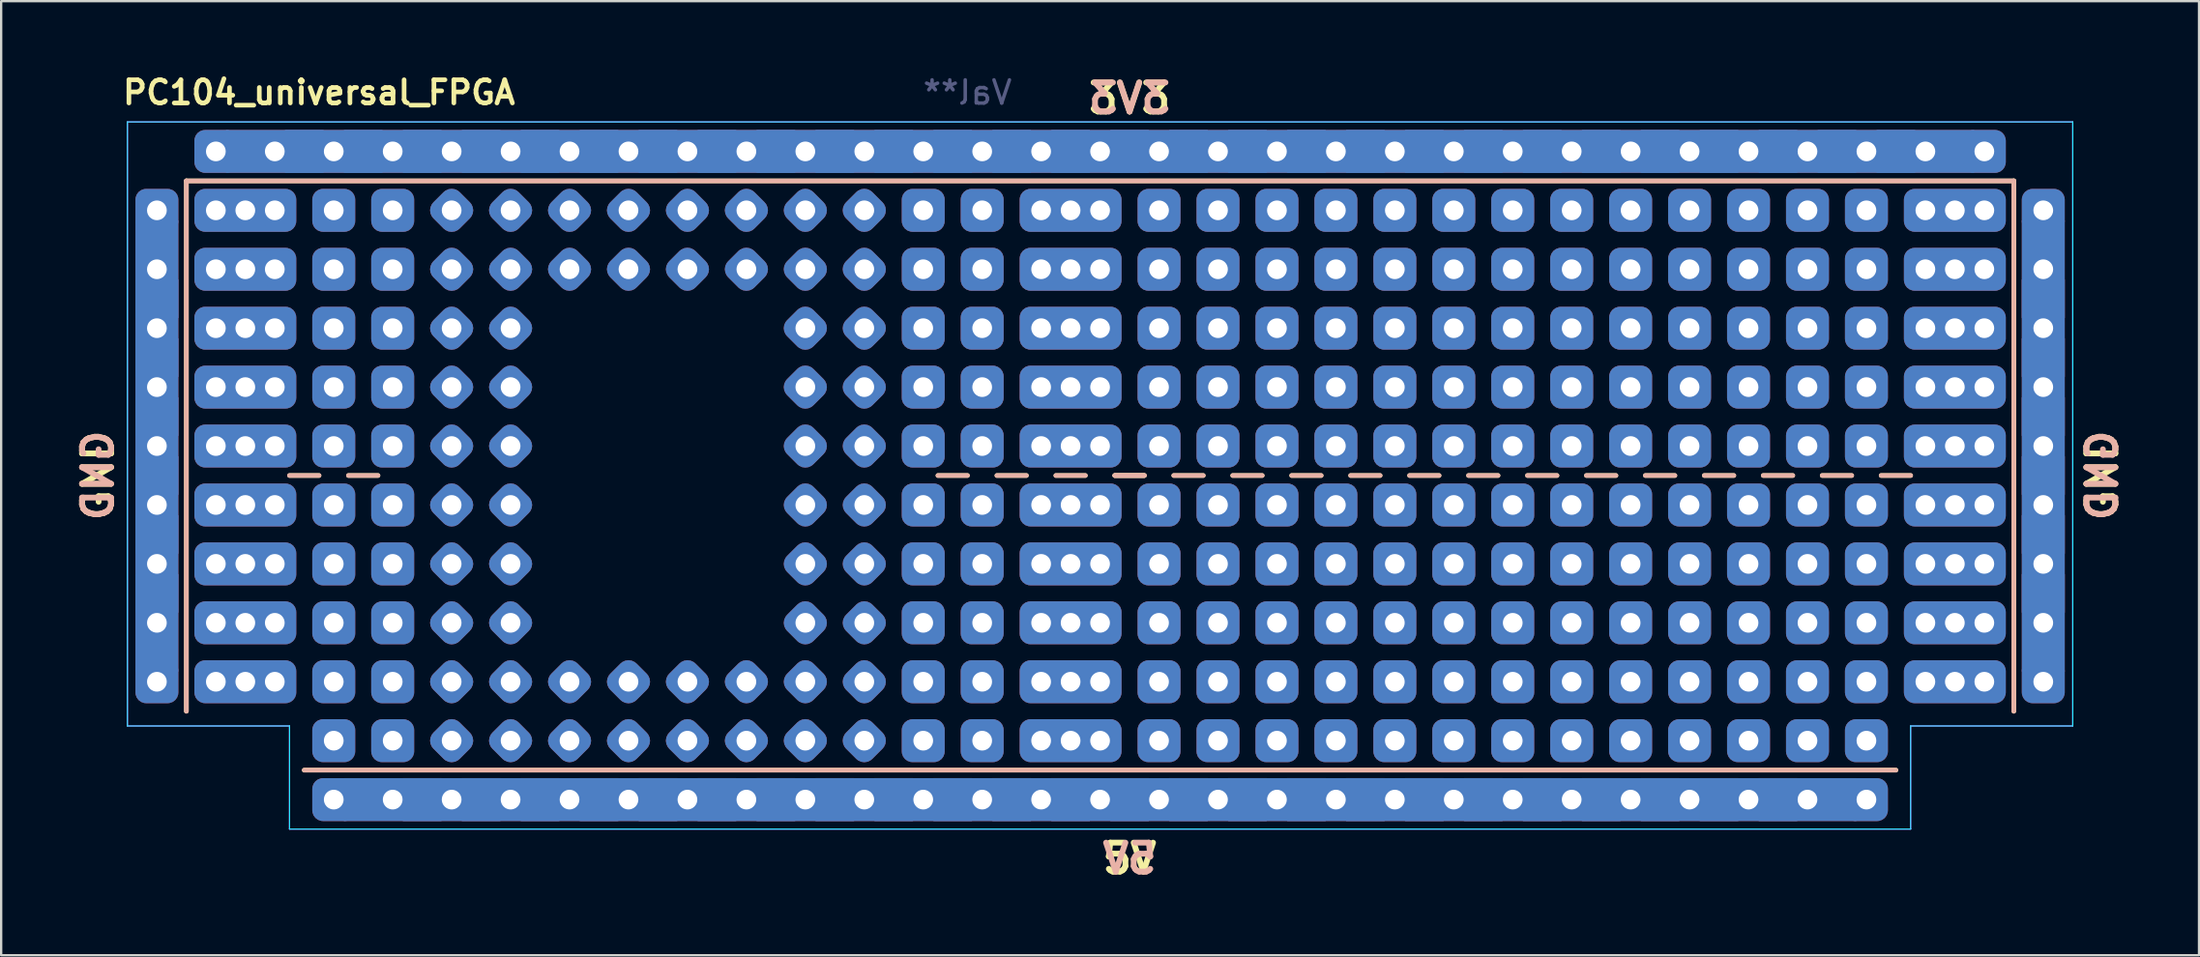
<source format=kicad_pcb>
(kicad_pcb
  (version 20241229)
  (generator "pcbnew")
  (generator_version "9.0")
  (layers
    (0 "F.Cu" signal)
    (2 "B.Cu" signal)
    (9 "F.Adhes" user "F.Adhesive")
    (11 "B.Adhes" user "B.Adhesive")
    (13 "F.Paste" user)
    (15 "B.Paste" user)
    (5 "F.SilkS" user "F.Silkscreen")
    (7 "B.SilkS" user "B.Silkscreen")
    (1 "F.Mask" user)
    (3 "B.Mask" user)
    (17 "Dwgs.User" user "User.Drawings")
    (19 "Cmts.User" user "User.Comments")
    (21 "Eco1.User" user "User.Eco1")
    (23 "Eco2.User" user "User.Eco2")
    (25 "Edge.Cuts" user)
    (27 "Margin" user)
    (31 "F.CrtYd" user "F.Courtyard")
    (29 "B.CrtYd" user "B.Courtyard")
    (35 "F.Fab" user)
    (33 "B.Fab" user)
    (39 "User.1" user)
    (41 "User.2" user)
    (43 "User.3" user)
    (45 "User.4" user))
  (footprint "PC104_universal_FPGA"
    (layer "F.Cu")
    (at 3.71 3.476)
    (property "Reference" "PC104_universal_FPGA" (at 6.985 -2.54 0) (layer "F.SilkS") (effects (font (size 1 1) (thickness 0.2))))
    (attr through_hole)
    (fp_line (start 1.27 1.27) (end 80.01 1.27) (stroke (width 0.2) (type solid)) (layer "F.SilkS"))
    (fp_line (start 1.27 24.13) (end 1.27 1.27) (stroke (width 0.2) (type solid)) (layer "F.SilkS"))
    (fp_line (start 5.715 13.97) (end 6.985 13.97) (stroke (width 0.2) (type solid)) (layer "F.SilkS"))
    (fp_line (start 8.255 13.97) (end 9.525 13.97) (stroke (width 0.2) (type solid)) (layer "F.SilkS"))
    (fp_line (start 33.655 13.97) (end 34.925 13.97) (stroke (width 0.2) (type solid)) (layer "F.SilkS"))
    (fp_line (start 36.195 13.97) (end 37.465 13.97) (stroke (width 0.2) (type solid)) (layer "F.SilkS"))
    (fp_line (start 38.735 13.97) (end 40.005 13.97) (stroke (width 0.2) (type solid)) (layer "F.SilkS"))
    (fp_line (start 41.275 13.97) (end 42.545 13.97) (stroke (width 0.2) (type solid)) (layer "F.SilkS"))
    (fp_line (start 41.275 13.97) (end 42.545 13.97) (stroke (width 0.2) (type solid)) (layer "F.SilkS"))
    (fp_line (start 43.815 13.97) (end 45.085 13.97) (stroke (width 0.2) (type solid)) (layer "F.SilkS"))
    (fp_line (start 46.355 13.97) (end 47.625 13.97) (stroke (width 0.2) (type solid)) (layer "F.SilkS"))
    (fp_line (start 48.895 13.97) (end 50.165 13.97) (stroke (width 0.2) (type solid)) (layer "F.SilkS"))
    (fp_line (start 51.435 13.97) (end 52.705 13.97) (stroke (width 0.2) (type solid)) (layer "F.SilkS"))
    (fp_line (start 53.975 13.97) (end 55.245 13.97) (stroke (width 0.2) (type solid)) (layer "F.SilkS"))
    (fp_line (start 56.515 13.97) (end 57.785 13.97) (stroke (width 0.2) (type solid)) (layer "F.SilkS"))
    (fp_line (start 59.055 13.97) (end 60.325 13.97) (stroke (width 0.2) (type solid)) (layer "F.SilkS"))
    (fp_line (start 61.595 13.97) (end 62.865 13.97) (stroke (width 0.2) (type solid)) (layer "F.SilkS"))
    (fp_line (start 64.135 13.97) (end 65.405 13.97) (stroke (width 0.2) (type solid)) (layer "F.SilkS"))
    (fp_line (start 66.675 13.97) (end 67.945 13.97) (stroke (width 0.2) (type solid)) (layer "F.SilkS"))
    (fp_line (start 69.215 13.97) (end 70.485 13.97) (stroke (width 0.2) (type solid)) (layer "F.SilkS"))
    (fp_line (start 71.755 13.97) (end 73.025 13.97) (stroke (width 0.2) (type solid)) (layer "F.SilkS"))
    (fp_line (start 74.295 13.97) (end 75.565 13.97) (stroke (width 0.2) (type solid)) (layer "F.SilkS"))
    (fp_line (start 74.93 26.67) (end 6.35 26.67) (stroke (width 0.2) (type solid)) (layer "F.SilkS"))
    (fp_line (start 80.01 1.27) (end 80.01 24.13) (stroke (width 0.2) (type solid)) (layer "F.SilkS"))
    (fp_line (start 1.27 1.27) (end 80.01 1.27) (stroke (width 0.2) (type solid)) (layer "B.SilkS"))
    (fp_line (start 1.27 24.13) (end 1.27 1.27) (stroke (width 0.2) (type solid)) (layer "B.SilkS"))
    (fp_line (start 5.715 13.97) (end 6.985 13.97) (stroke (width 0.2) (type solid)) (layer "B.SilkS"))
    (fp_line (start 8.255 13.97) (end 9.525 13.97) (stroke (width 0.2) (type solid)) (layer "B.SilkS"))
    (fp_line (start 33.655 13.97) (end 34.925 13.97) (stroke (width 0.2) (type solid)) (layer "B.SilkS"))
    (fp_line (start 36.195 13.97) (end 37.465 13.97) (stroke (width 0.2) (type solid)) (layer "B.SilkS"))
    (fp_line (start 38.735 13.97) (end 40.005 13.97) (stroke (width 0.2) (type solid)) (layer "B.SilkS"))
    (fp_line (start 41.275 13.97) (end 42.545 13.97) (stroke (width 0.2) (type solid)) (layer "B.SilkS"))
    (fp_line (start 41.275 13.97) (end 42.545 13.97) (stroke (width 0.2) (type solid)) (layer "B.SilkS"))
    (fp_line (start 43.815 13.97) (end 45.085 13.97) (stroke (width 0.2) (type solid)) (layer "B.SilkS"))
    (fp_line (start 46.355 13.97) (end 47.625 13.97) (stroke (width 0.2) (type solid)) (layer "B.SilkS"))
    (fp_line (start 48.895 13.97) (end 50.165 13.97) (stroke (width 0.2) (type solid)) (layer "B.SilkS"))
    (fp_line (start 51.435 13.97) (end 52.705 13.97) (stroke (width 0.2) (type solid)) (layer "B.SilkS"))
    (fp_line (start 53.975 13.97) (end 55.245 13.97) (stroke (width 0.2) (type solid)) (layer "B.SilkS"))
    (fp_line (start 56.515 13.97) (end 57.785 13.97) (stroke (width 0.2) (type solid)) (layer "B.SilkS"))
    (fp_line (start 59.055 13.97) (end 60.325 13.97) (stroke (width 0.2) (type solid)) (layer "B.SilkS"))
    (fp_line (start 61.595 13.97) (end 62.865 13.97) (stroke (width 0.2) (type solid)) (layer "B.SilkS"))
    (fp_line (start 64.135 13.97) (end 65.405 13.97) (stroke (width 0.2) (type solid)) (layer "B.SilkS"))
    (fp_line (start 66.675 13.97) (end 67.945 13.97) (stroke (width 0.2) (type solid)) (layer "B.SilkS"))
    (fp_line (start 69.215 13.97) (end 70.485 13.97) (stroke (width 0.2) (type solid)) (layer "B.SilkS"))
    (fp_line (start 71.755 13.97) (end 73.025 13.97) (stroke (width 0.2) (type solid)) (layer "B.SilkS"))
    (fp_line (start 74.295 13.97) (end 75.565 13.97) (stroke (width 0.2) (type solid)) (layer "B.SilkS"))
    (fp_line (start 74.93 26.67) (end 6.35 26.67) (stroke (width 0.2) (type solid)) (layer "B.SilkS"))
    (fp_line (start 80.01 1.27) (end 80.01 24.13) (stroke (width 0.2) (type solid)) (layer "B.SilkS"))
    (fp_line (start -1.27 -1.27) (end 82.55 -1.27) (stroke (width 0.05) (type solid)) (layer "B.CrtYd"))
    (fp_line (start -1.27 24.765) (end -1.27 -1.27) (stroke (width 0.05) (type solid)) (layer "B.CrtYd"))
    (fp_line (start 5.715 24.765) (end -1.27 24.765) (stroke (width 0.05) (type solid)) (layer "B.CrtYd"))
    (fp_line (start 5.715 29.21) (end 5.715 24.765) (stroke (width 0.05) (type solid)) (layer "B.CrtYd"))
    (fp_line (start 75.565 24.765) (end 75.565 29.21) (stroke (width 0.05) (type solid)) (layer "B.CrtYd"))
    (fp_line (start 75.565 29.21) (end 5.715 29.21) (stroke (width 0.05) (type solid)) (layer "B.CrtYd"))
    (fp_line (start 82.55 24.765) (end 75.565 24.765) (stroke (width 0.05) (type solid)) (layer "B.CrtYd"))
    (fp_line (start 82.55 24.765) (end 82.55 -1.27) (stroke (width 0.05) (type solid)) (layer "B.CrtYd"))
    (fp_line (start -1.27 -1.27) (end 82.55 -1.27) (stroke (width 0.05) (type solid)) (layer "F.CrtYd"))
    (fp_line (start -1.27 24.765) (end -1.27 -1.27) (stroke (width 0.05) (type solid)) (layer "F.CrtYd"))
    (fp_line (start 5.715 24.765) (end -1.27 24.765) (stroke (width 0.05) (type solid)) (layer "F.CrtYd"))
    (fp_line (start 5.715 29.21) (end 5.715 24.765) (stroke (width 0.05) (type solid)) (layer "F.CrtYd"))
    (fp_line (start 75.565 24.765) (end 75.565 29.21) (stroke (width 0.05) (type solid)) (layer "F.CrtYd"))
    (fp_line (start 75.565 29.21) (end 5.715 29.21) (stroke (width 0.05) (type solid)) (layer "F.CrtYd"))
    (fp_line (start 82.55 24.765) (end 75.565 24.765) (stroke (width 0.05) (type solid)) (layer "F.CrtYd"))
    (fp_line (start 82.55 24.765) (end 82.55 -1.27) (stroke (width 0.05) (type solid)) (layer "F.CrtYd"))
    (fp_text user "3V3" (at 41.91 -2.286 180) (layer "F.SilkS") (effects (font (size 1.25 1.25) (thickness 0.25))))
    (fp_text user "GND" (at 83.82 13.97 270) (layer "F.SilkS") (effects (font (size 1.25 1.25) (thickness 0.25))))
    (fp_text user "GND" (at -2.54 13.97 90) (layer "F.SilkS") (effects (font (size 1.25 1.25) (thickness 0.25))))
    (fp_text user "5V" (at 41.91 30.48 180) (layer "F.SilkS") (effects (font (size 1.25 1.25) (thickness 0.25))))
    (fp_text user "3V3" (at 41.91 -2.286 180) (layer "B.SilkS") (effects (font (size 1.25 1.25) (thickness 0.25)) (justify mirror)))
    (fp_text user "5V" (at 41.91 30.48 180) (layer "B.SilkS") (effects (font (size 1.25 1.25) (thickness 0.25)) (justify mirror)))
    (fp_text user "GND" (at -2.54 13.97 270) (layer "B.SilkS") (effects (font (size 1.25 1.25) (thickness 0.25)) (justify mirror)))
    (fp_text user "GND" (at 83.82 13.97 90) (layer "B.SilkS") (effects (font (size 1.25 1.25) (thickness 0.25)) (justify mirror)))
    (fp_text user "Val**" (at 34.925 -2.54 0) (layer "B.Fab") (effects (font (size 1 1) (thickness 0.15)) (justify mirror)))
    (pad "1" thru_hole roundrect (at 0 2.54 270) (size 1.85 1.85) (drill 0.85) (layers "*.Cu" "*.Mask") (roundrect_rratio 0.25))
    (pad "1" thru_hole rect (at 0 5.08 90) (size 4.2 1.85) (drill 0.85) (layers "*.Cu" "*.Mask"))
    (pad "1" thru_hole rect (at 0 7.62 90) (size 4.2 1.85) (drill 0.85) (layers "*.Cu" "*.Mask"))
    (pad "1" thru_hole rect (at 0 10.16 90) (size 4.2 1.85) (drill 0.85) (layers "*.Cu" "*.Mask"))
    (pad "1" thru_hole rect (at 0 12.7 90) (size 4.2 1.85) (drill 0.85) (layers "*.Cu" "*.Mask"))
    (pad "1" thru_hole rect (at 0 15.24 90) (size 4.2 1.85) (drill 0.85) (layers "*.Cu" "*.Mask"))
    (pad "1" thru_hole rect (at 0 17.78 90) (size 4.2 1.85) (drill 0.85) (layers "*.Cu" "*.Mask"))
    (pad "1" thru_hole rect (at 0 20.32 90) (size 4.2 1.85) (drill 0.85) (layers "*.Cu" "*.Mask"))
    (pad "1" thru_hole roundrect (at 0 22.86 270) (size 1.85 1.85) (drill 0.85) (layers "*.Cu" "*.Mask") (roundrect_rratio 0.25))
    (pad "1" thru_hole roundrect (at 81.28 2.54 270) (size 1.85 1.85) (drill 0.85) (layers "*.Cu" "*.Mask") (roundrect_rratio 0.25))
    (pad "1" thru_hole rect (at 81.28 5.08 90) (size 4.2 1.85) (drill 0.85) (layers "*.Cu" "*.Mask"))
    (pad "1" thru_hole rect (at 81.28 7.62 90) (size 4.2 1.85) (drill 0.85) (layers "*.Cu" "*.Mask"))
    (pad "1" thru_hole rect (at 81.28 10.16 90) (size 4.2 1.85) (drill 0.85) (layers "*.Cu" "*.Mask"))
    (pad "1" thru_hole rect (at 81.28 12.7 90) (size 4.2 1.85) (drill 0.85) (layers "*.Cu" "*.Mask"))
    (pad "1" thru_hole rect (at 81.28 15.24 90) (size 4.2 1.85) (drill 0.85) (layers "*.Cu" "*.Mask"))
    (pad "1" thru_hole rect (at 81.28 17.78 90) (size 4.2 1.85) (drill 0.85) (layers "*.Cu" "*.Mask"))
    (pad "1" thru_hole rect (at 81.28 20.32 90) (size 4.2 1.85) (drill 0.85) (layers "*.Cu" "*.Mask"))
    (pad "1" thru_hole roundrect (at 81.28 22.86 270) (size 1.85 1.85) (drill 0.85) (layers "*.Cu" "*.Mask") (roundrect_rratio 0.25))
    (pad "2" thru_hole roundrect (at 2.54 0) (size 1.85 1.85) (drill 0.85) (layers "*.Cu" "*.Mask") (roundrect_rratio 0.25))
    (pad "2" thru_hole rect (at 5.08 0) (size 4.2 1.85) (drill 0.85) (layers "*.Cu" "*.Mask"))
    (pad "2" thru_hole rect (at 7.62 0) (size 4.2 1.85) (drill 0.85) (layers "*.Cu" "*.Mask"))
    (pad "2" thru_hole rect (at 10.16 0) (size 4.2 1.85) (drill 0.85) (layers "*.Cu" "*.Mask"))
    (pad "2" thru_hole rect (at 12.7 0) (size 4.2 1.85) (drill 0.85) (layers "*.Cu" "*.Mask"))
    (pad "2" thru_hole rect (at 15.24 0) (size 4.2 1.85) (drill 0.85) (layers "*.Cu" "*.Mask"))
    (pad "2" thru_hole rect (at 17.78 0) (size 4.2 1.85) (drill 0.85) (layers "*.Cu" "*.Mask"))
    (pad "2" thru_hole rect (at 20.32 0) (size 4.2 1.85) (drill 0.85) (layers "*.Cu" "*.Mask"))
    (pad "2" thru_hole rect (at 22.86 0) (size 4.2 1.85) (drill 0.85) (layers "*.Cu" "*.Mask"))
    (pad "2" thru_hole rect (at 25.4 0) (size 4.2 1.85) (drill 0.85) (layers "*.Cu" "*.Mask"))
    (pad "2" thru_hole rect (at 27.94 0) (size 4.2 1.85) (drill 0.85) (layers "*.Cu" "*.Mask"))
    (pad "2" thru_hole rect (at 30.48 0) (size 4.2 1.85) (drill 0.85) (layers "*.Cu" "*.Mask"))
    (pad "2" thru_hole rect (at 33.02 0) (size 4.2 1.85) (drill 0.85) (layers "*.Cu" "*.Mask"))
    (pad "2" thru_hole rect (at 35.56 0) (size 4.2 1.85) (drill 0.85) (layers "*.Cu" "*.Mask"))
    (pad "2" thru_hole rect (at 38.1 0) (size 4.2 1.85) (drill 0.85) (layers "*.Cu" "*.Mask"))
    (pad "2" thru_hole rect (at 40.64 0) (size 4.2 1.85) (drill 0.85) (layers "*.Cu" "*.Mask"))
    (pad "2" thru_hole rect (at 43.18 0) (size 4.2 1.85) (drill 0.85) (layers "*.Cu" "*.Mask"))
    (pad "2" thru_hole rect (at 45.72 0) (size 4.2 1.85) (drill 0.85) (layers "*.Cu" "*.Mask"))
    (pad "2" thru_hole rect (at 48.26 0 180) (size 4.2 1.85) (drill 0.85) (layers "*.Cu" "*.Mask"))
    (pad "2" thru_hole rect (at 50.8 0) (size 4.2 1.85) (drill 0.85) (layers "*.Cu" "*.Mask"))
    (pad "2" thru_hole rect (at 53.34 0) (size 4.2 1.85) (drill 0.85) (layers "*.Cu" "*.Mask"))
    (pad "2" thru_hole rect (at 55.88 0) (size 4.2 1.85) (drill 0.85) (layers "*.Cu" "*.Mask"))
    (pad "2" thru_hole rect (at 58.42 0) (size 4.2 1.85) (drill 0.85) (layers "*.Cu" "*.Mask"))
    (pad "2" thru_hole rect (at 60.96 0) (size 4.2 1.85) (drill 0.85) (layers "*.Cu" "*.Mask"))
    (pad "2" thru_hole rect (at 63.5 0) (size 4.2 1.85) (drill 0.85) (layers "*.Cu" "*.Mask"))
    (pad "2" thru_hole rect (at 66.04 0) (size 4.2 1.85) (drill 0.85) (layers "*.Cu" "*.Mask"))
    (pad "2" thru_hole rect (at 68.58 0) (size 4.2 1.85) (drill 0.85) (layers "*.Cu" "*.Mask"))
    (pad "2" thru_hole rect (at 71.12 0) (size 4.2 1.85) (drill 0.85) (layers "*.Cu" "*.Mask"))
    (pad "2" thru_hole rect (at 73.66 0) (size 4.2 1.85) (drill 0.85) (layers "*.Cu" "*.Mask"))
    (pad "2" thru_hole rect (at 76.2 0) (size 4.2 1.85) (drill 0.85) (layers "*.Cu" "*.Mask"))
    (pad "2" thru_hole roundrect (at 78.74 0) (size 1.85 1.85) (drill 0.85) (layers "*.Cu" "*.Mask") (roundrect_rratio 0.25))
    (pad "3" thru_hole roundrect (at 7.62 27.94 270) (size 1.85 1.85) (drill 0.85) (layers "*.Cu" "*.Mask") (roundrect_rratio 0.25))
    (pad "3" thru_hole rect (at 10.16 27.94) (size 4.2 1.85) (drill 0.85) (layers "*.Cu" "*.Mask"))
    (pad "3" thru_hole rect (at 12.7 27.94) (size 4.2 1.85) (drill 0.85) (layers "*.Cu" "*.Mask"))
    (pad "3" thru_hole rect (at 15.24 27.94) (size 4.2 1.85) (drill 0.85) (layers "*.Cu" "*.Mask"))
    (pad "3" thru_hole rect (at 17.78 27.94) (size 4.2 1.85) (drill 0.85) (layers "*.Cu" "*.Mask"))
    (pad "3" thru_hole rect (at 20.32 27.94) (size 4.2 1.85) (drill 0.85) (layers "*.Cu" "*.Mask"))
    (pad "3" thru_hole rect (at 22.86 27.94) (size 4.2 1.85) (drill 0.85) (layers "*.Cu" "*.Mask"))
    (pad "3" thru_hole rect (at 25.4 27.94) (size 4.2 1.85) (drill 0.85) (layers "*.Cu" "*.Mask"))
    (pad "3" thru_hole rect (at 27.94 27.94) (size 4.2 1.85) (drill 0.85) (layers "*.Cu" "*.Mask"))
    (pad "3" thru_hole rect (at 30.48 27.94) (size 4.2 1.85) (drill 0.85) (layers "*.Cu" "*.Mask"))
    (pad "3" thru_hole rect (at 33.02 27.94) (size 4.2 1.85) (drill 0.85) (layers "*.Cu" "*.Mask"))
    (pad "3" thru_hole rect (at 35.56 27.94) (size 4.2 1.85) (drill 0.85) (layers "*.Cu" "*.Mask"))
    (pad "3" thru_hole rect (at 38.1 27.94) (size 4.2 1.85) (drill 0.85) (layers "*.Cu" "*.Mask"))
    (pad "3" thru_hole rect (at 40.64 27.94) (size 4.2 1.85) (drill 0.85) (layers "*.Cu" "*.Mask"))
    (pad "3" thru_hole rect (at 43.18 27.94) (size 4.2 1.85) (drill 0.85) (layers "*.Cu" "*.Mask"))
    (pad "3" thru_hole rect (at 45.72 27.94) (size 4.2 1.85) (drill 0.85) (layers "*.Cu" "*.Mask"))
    (pad "3" thru_hole rect (at 48.26 27.94) (size 4.2 1.85) (drill 0.85) (layers "*.Cu" "*.Mask"))
    (pad "3" thru_hole rect (at 50.8 27.94) (size 4.2 1.85) (drill 0.85) (layers "*.Cu" "*.Mask"))
    (pad "3" thru_hole rect (at 53.34 27.94) (size 4.2 1.85) (drill 0.85) (layers "*.Cu" "*.Mask"))
    (pad "3" thru_hole rect (at 55.88 27.94) (size 4.2 1.85) (drill 0.85) (layers "*.Cu" "*.Mask"))
    (pad "3" thru_hole rect (at 58.42 27.94) (size 4.2 1.85) (drill 0.85) (layers "*.Cu" "*.Mask"))
    (pad "3" thru_hole rect (at 60.96 27.94) (size 4.2 1.85) (drill 0.85) (layers "*.Cu" "*.Mask"))
    (pad "3" thru_hole rect (at 63.5 27.94) (size 4.2 1.85) (drill 0.85) (layers "*.Cu" "*.Mask"))
    (pad "3" thru_hole rect (at 66.04 27.94) (size 4.2 1.85) (drill 0.85) (layers "*.Cu" "*.Mask"))
    (pad "3" thru_hole rect (at 68.58 27.94) (size 4.2 1.85) (drill 0.85) (layers "*.Cu" "*.Mask"))
    (pad "3" thru_hole rect (at 71.12 27.94) (size 4.2 1.85) (drill 0.85) (layers "*.Cu" "*.Mask"))
    (pad "3" thru_hole roundrect (at 73.66 27.94 270) (size 1.85 1.85) (drill 0.85) (layers "*.Cu" "*.Mask") (roundrect_rratio 0.25))
    (pad "NC" thru_hole circle (at 2.54 2.54) (size 1.5 1.5) (drill 0.85) (layers "*.Cu" "*.Mask"))
    (pad "NC" thru_hole circle (at 2.54 5.08) (size 1.5 1.5) (drill 0.85) (layers "*.Cu" "*.Mask"))
    (pad "NC" thru_hole circle (at 2.54 7.62) (size 1.5 1.5) (drill 0.85) (layers "*.Cu" "*.Mask"))
    (pad "NC" thru_hole circle (at 2.54 10.16) (size 1.5 1.5) (drill 0.85) (layers "*.Cu" "*.Mask"))
    (pad "NC" thru_hole circle (at 2.54 12.7) (size 1.5 1.5) (drill 0.85) (layers "*.Cu" "*.Mask"))
    (pad "NC" thru_hole circle (at 2.54 15.24) (size 1.5 1.5) (drill 0.85) (layers "*.Cu" "*.Mask"))
    (pad "NC" thru_hole circle (at 2.54 17.78) (size 1.5 1.5) (drill 0.85) (layers "*.Cu" "*.Mask"))
    (pad "NC" thru_hole circle (at 2.54 20.32) (size 1.5 1.5) (drill 0.85) (layers "*.Cu" "*.Mask"))
    (pad "NC" thru_hole circle (at 2.54 22.86) (size 1.5 1.5) (drill 0.85) (layers "*.Cu" "*.Mask"))
    (pad "NC" thru_hole roundrect (at 3.81 2.54) (size 4.39 1.85) (drill 0.85) (layers "*.Cu" "*.Mask") (roundrect_rratio 0.25))
    (pad "NC" thru_hole roundrect (at 3.81 5.08) (size 4.39 1.85) (drill 0.85) (layers "*.Cu" "*.Mask") (roundrect_rratio 0.25))
    (pad "NC" thru_hole roundrect (at 3.81 7.62) (size 4.39 1.85) (drill 0.85) (layers "*.Cu" "*.Mask") (roundrect_rratio 0.25))
    (pad "NC" thru_hole roundrect (at 3.81 10.16) (size 4.39 1.85) (drill 0.85) (layers "*.Cu" "*.Mask") (roundrect_rratio 0.25))
    (pad "NC" thru_hole roundrect (at 3.81 12.7) (size 4.39 1.85) (drill 0.85) (layers "*.Cu" "*.Mask") (roundrect_rratio 0.25))
    (pad "NC" thru_hole roundrect (at 3.81 15.24) (size 4.39 1.85) (drill 0.85) (layers "*.Cu" "*.Mask") (roundrect_rratio 0.25))
    (pad "NC" thru_hole roundrect (at 3.81 17.78) (size 4.39 1.85) (drill 0.85) (layers "*.Cu" "*.Mask") (roundrect_rratio 0.25))
    (pad "NC" thru_hole roundrect (at 3.81 20.32) (size 4.39 1.85) (drill 0.85) (layers "*.Cu" "*.Mask") (roundrect_rratio 0.25))
    (pad "NC" thru_hole roundrect (at 3.81 22.86) (size 4.39 1.85) (drill 0.85) (layers "*.Cu" "*.Mask") (roundrect_rratio 0.25))
    (pad "NC" thru_hole circle (at 5.08 2.54) (size 1.5 1.5) (drill 0.85) (layers "*.Cu" "*.Mask"))
    (pad "NC" thru_hole circle (at 5.08 5.08) (size 1.5 1.5) (drill 0.85) (layers "*.Cu" "*.Mask"))
    (pad "NC" thru_hole circle (at 5.08 7.62) (size 1.5 1.5) (drill 0.85) (layers "*.Cu" "*.Mask"))
    (pad "NC" thru_hole circle (at 5.08 10.16) (size 1.5 1.5) (drill 0.85) (layers "*.Cu" "*.Mask"))
    (pad "NC" thru_hole circle (at 5.08 12.7) (size 1.5 1.5) (drill 0.85) (layers "*.Cu" "*.Mask"))
    (pad "NC" thru_hole circle (at 5.08 15.24) (size 1.5 1.5) (drill 0.85) (layers "*.Cu" "*.Mask"))
    (pad "NC" thru_hole circle (at 5.08 17.78) (size 1.5 1.5) (drill 0.85) (layers "*.Cu" "*.Mask"))
    (pad "NC" thru_hole circle (at 5.08 20.32) (size 1.5 1.5) (drill 0.85) (layers "*.Cu" "*.Mask"))
    (pad "NC" thru_hole circle (at 5.08 22.86) (size 1.5 1.5) (drill 0.85) (layers "*.Cu" "*.Mask"))
    (pad "NC" thru_hole roundrect (at 7.62 2.54) (size 1.85 1.85) (drill 0.85) (layers "*.Cu" "*.Mask") (roundrect_rratio 0.25))
    (pad "NC" thru_hole roundrect (at 7.62 5.08) (size 1.85 1.85) (drill 0.85) (layers "*.Cu" "*.Mask") (roundrect_rratio 0.25))
    (pad "NC" thru_hole roundrect (at 7.62 7.62) (size 1.85 1.85) (drill 0.85) (layers "*.Cu" "*.Mask") (roundrect_rratio 0.25))
    (pad "NC" thru_hole roundrect (at 7.62 10.16) (size 1.85 1.85) (drill 0.85) (layers "*.Cu" "*.Mask") (roundrect_rratio 0.25))
    (pad "NC" thru_hole roundrect (at 7.62 12.7) (size 1.85 1.85) (drill 0.85) (layers "*.Cu" "*.Mask") (roundrect_rratio 0.25))
    (pad "NC" thru_hole roundrect (at 7.62 15.24) (size 1.85 1.85) (drill 0.85) (layers "*.Cu" "*.Mask") (roundrect_rratio 0.25))
    (pad "NC" thru_hole roundrect (at 7.62 17.78) (size 1.85 1.85) (drill 0.85) (layers "*.Cu" "*.Mask") (roundrect_rratio 0.25))
    (pad "NC" thru_hole roundrect (at 7.62 20.32) (size 1.85 1.85) (drill 0.85) (layers "*.Cu" "*.Mask") (roundrect_rratio 0.25))
    (pad "NC" thru_hole roundrect (at 7.62 22.86) (size 1.85 1.85) (drill 0.85) (layers "*.Cu" "*.Mask") (roundrect_rratio 0.25))
    (pad "NC" thru_hole roundrect (at 7.62 25.4) (size 1.85 1.85) (drill 0.85) (layers "*.Cu" "*.Mask") (roundrect_rratio 0.25))
    (pad "NC" thru_hole roundrect (at 10.16 2.54) (size 1.85 1.85) (drill 0.85) (layers "*.Cu" "*.Mask") (roundrect_rratio 0.25))
    (pad "NC" thru_hole roundrect (at 10.16 5.08) (size 1.85 1.85) (drill 0.85) (layers "*.Cu" "*.Mask") (roundrect_rratio 0.25))
    (pad "NC" thru_hole roundrect (at 10.16 7.62) (size 1.85 1.85) (drill 0.85) (layers "*.Cu" "*.Mask") (roundrect_rratio 0.25))
    (pad "NC" thru_hole roundrect (at 10.16 10.16) (size 1.85 1.85) (drill 0.85) (layers "*.Cu" "*.Mask") (roundrect_rratio 0.25))
    (pad "NC" thru_hole roundrect (at 10.16 12.7) (size 1.85 1.85) (drill 0.85) (layers "*.Cu" "*.Mask") (roundrect_rratio 0.25))
    (pad "NC" thru_hole roundrect (at 10.16 15.24) (size 1.85 1.85) (drill 0.85) (layers "*.Cu" "*.Mask") (roundrect_rratio 0.25))
    (pad "NC" thru_hole roundrect (at 10.16 17.78) (size 1.85 1.85) (drill 0.85) (layers "*.Cu" "*.Mask") (roundrect_rratio 0.25))
    (pad "NC" thru_hole roundrect (at 10.16 20.32) (size 1.85 1.85) (drill 0.85) (layers "*.Cu" "*.Mask") (roundrect_rratio 0.25))
    (pad "NC" thru_hole roundrect (at 10.16 22.86) (size 1.85 1.85) (drill 0.85) (layers "*.Cu" "*.Mask") (roundrect_rratio 0.25))
    (pad "NC" thru_hole roundrect (at 10.16 25.4) (size 1.85 1.85) (drill 0.85) (layers "*.Cu" "*.Mask") (roundrect_rratio 0.25))
    (pad "NC" thru_hole roundrect (at 12.7 2.54 315) (size 1.6 1.6) (drill 0.85) (layers "*.Cu" "*.Mask") (roundrect_rratio 0.305))
    (pad "NC" thru_hole roundrect (at 12.7 5.08 315) (size 1.6 1.6) (drill 0.85) (layers "*.Cu" "*.Mask") (roundrect_rratio 0.305))
    (pad "NC" thru_hole roundrect (at 12.7 7.62 315) (size 1.6 1.6) (drill 0.85) (layers "*.Cu" "*.Mask") (roundrect_rratio 0.305))
    (pad "NC" thru_hole roundrect (at 12.7 10.16 315) (size 1.6 1.6) (drill 0.85) (layers "*.Cu" "*.Mask") (roundrect_rratio 0.305))
    (pad "NC" thru_hole roundrect (at 12.7 12.7 315) (size 1.6 1.6) (drill 0.85) (layers "*.Cu" "*.Mask") (roundrect_rratio 0.305))
    (pad "NC" thru_hole roundrect (at 12.7 15.24 315) (size 1.6 1.6) (drill 0.85) (layers "*.Cu" "*.Mask") (roundrect_rratio 0.305))
    (pad "NC" thru_hole roundrect (at 12.7 17.78 315) (size 1.6 1.6) (drill 0.85) (layers "*.Cu" "*.Mask") (roundrect_rratio 0.305))
    (pad "NC" thru_hole roundrect (at 12.7 20.32 315) (size 1.6 1.6) (drill 0.85) (layers "*.Cu" "*.Mask") (roundrect_rratio 0.305))
    (pad "NC" thru_hole roundrect (at 12.7 22.86 315) (size 1.6 1.6) (drill 0.85) (layers "*.Cu" "*.Mask") (roundrect_rratio 0.305))
    (pad "NC" thru_hole roundrect (at 12.7 25.4 315) (size 1.6 1.6) (drill 0.85) (layers "*.Cu" "*.Mask") (roundrect_rratio 0.305))
    (pad "NC" thru_hole roundrect (at 15.24 2.54 315) (size 1.6 1.6) (drill 0.85) (layers "*.Cu" "*.Mask") (roundrect_rratio 0.305))
    (pad "NC" thru_hole roundrect (at 15.24 5.08 315) (size 1.6 1.6) (drill 0.85) (layers "*.Cu" "*.Mask") (roundrect_rratio 0.305))
    (pad "NC" thru_hole roundrect (at 15.24 7.62 315) (size 1.6 1.6) (drill 0.85) (layers "*.Cu" "*.Mask") (roundrect_rratio 0.305))
    (pad "NC" thru_hole roundrect (at 15.24 10.16 315) (size 1.6 1.6) (drill 0.85) (layers "*.Cu" "*.Mask") (roundrect_rratio 0.305))
    (pad "NC" thru_hole roundrect (at 15.24 12.7 315) (size 1.6 1.6) (drill 0.85) (layers "*.Cu" "*.Mask") (roundrect_rratio 0.305))
    (pad "NC" thru_hole roundrect (at 15.24 15.24 315) (size 1.6 1.6) (drill 0.85) (layers "*.Cu" "*.Mask") (roundrect_rratio 0.305))
    (pad "NC" thru_hole roundrect (at 15.24 17.78 315) (size 1.6 1.6) (drill 0.85) (layers "*.Cu" "*.Mask") (roundrect_rratio 0.305))
    (pad "NC" thru_hole roundrect (at 15.24 20.32 315) (size 1.6 1.6) (drill 0.85) (layers "*.Cu" "*.Mask") (roundrect_rratio 0.305))
    (pad "NC" thru_hole roundrect (at 15.24 22.86 315) (size 1.6 1.6) (drill 0.85) (layers "*.Cu" "*.Mask") (roundrect_rratio 0.305))
    (pad "NC" thru_hole roundrect (at 15.24 25.4 315) (size 1.6 1.6) (drill 0.85) (layers "*.Cu" "*.Mask") (roundrect_rratio 0.305))
    (pad "NC" thru_hole roundrect (at 17.78 2.54 315) (size 1.6 1.6) (drill 0.85) (layers "*.Cu" "*.Mask") (roundrect_rratio 0.305))
    (pad "NC" thru_hole roundrect (at 17.78 5.08 315) (size 1.6 1.6) (drill 0.85) (layers "*.Cu" "*.Mask") (roundrect_rratio 0.305))
    (pad "NC" thru_hole roundrect (at 17.78 22.86 315) (size 1.6 1.6) (drill 0.85) (layers "*.Cu" "*.Mask") (roundrect_rratio 0.305))
    (pad "NC" thru_hole roundrect (at 17.78 25.4 315) (size 1.6 1.6) (drill 0.85) (layers "*.Cu" "*.Mask") (roundrect_rratio 0.305))
    (pad "NC" thru_hole roundrect (at 20.32 2.54 315) (size 1.6 1.6) (drill 0.85) (layers "*.Cu" "*.Mask") (roundrect_rratio 0.305))
    (pad "NC" thru_hole roundrect (at 20.32 5.08 315) (size 1.6 1.6) (drill 0.85) (layers "*.Cu" "*.Mask") (roundrect_rratio 0.305))
    (pad "NC" thru_hole roundrect (at 20.32 22.86 315) (size 1.6 1.6) (drill 0.85) (layers "*.Cu" "*.Mask") (roundrect_rratio 0.305))
    (pad "NC" thru_hole roundrect (at 20.32 25.4 315) (size 1.6 1.6) (drill 0.85) (layers "*.Cu" "*.Mask") (roundrect_rratio 0.305))
    (pad "NC" thru_hole roundrect (at 22.86 2.54 315) (size 1.6 1.6) (drill 0.85) (layers "*.Cu" "*.Mask") (roundrect_rratio 0.305))
    (pad "NC" thru_hole roundrect (at 22.86 5.08 315) (size 1.6 1.6) (drill 0.85) (layers "*.Cu" "*.Mask") (roundrect_rratio 0.305))
    (pad "NC" thru_hole roundrect (at 22.86 22.86 315) (size 1.6 1.6) (drill 0.85) (layers "*.Cu" "*.Mask") (roundrect_rratio 0.305))
    (pad "NC" thru_hole roundrect (at 22.86 25.4 315) (size 1.6 1.6) (drill 0.85) (layers "*.Cu" "*.Mask") (roundrect_rratio 0.305))
    (pad "NC" thru_hole roundrect (at 25.4 2.54 315) (size 1.6 1.6) (drill 0.85) (layers "*.Cu" "*.Mask") (roundrect_rratio 0.305))
    (pad "NC" thru_hole roundrect (at 25.4 5.08 315) (size 1.6 1.6) (drill 0.85) (layers "*.Cu" "*.Mask") (roundrect_rratio 0.305))
    (pad "NC" thru_hole roundrect (at 25.4 22.86 315) (size 1.6 1.6) (drill 0.85) (layers "*.Cu" "*.Mask") (roundrect_rratio 0.305))
    (pad "NC" thru_hole roundrect (at 25.4 25.4 315) (size 1.6 1.6) (drill 0.85) (layers "*.Cu" "*.Mask") (roundrect_rratio 0.305))
    (pad "NC" thru_hole roundrect (at 27.94 2.54 315) (size 1.6 1.6) (drill 0.85) (layers "*.Cu" "*.Mask") (roundrect_rratio 0.305))
    (pad "NC" thru_hole roundrect (at 27.94 5.08 315) (size 1.6 1.6) (drill 0.85) (layers "*.Cu" "*.Mask") (roundrect_rratio 0.305))
    (pad "NC" thru_hole roundrect (at 27.94 7.62 315) (size 1.6 1.6) (drill 0.85) (layers "*.Cu" "*.Mask") (roundrect_rratio 0.305))
    (pad "NC" thru_hole roundrect (at 27.94 10.16 315) (size 1.6 1.6) (drill 0.85) (layers "*.Cu" "*.Mask") (roundrect_rratio 0.305))
    (pad "NC" thru_hole roundrect (at 27.94 12.7 315) (size 1.6 1.6) (drill 0.85) (layers "*.Cu" "*.Mask") (roundrect_rratio 0.305))
    (pad "NC" thru_hole roundrect (at 27.94 15.24 315) (size 1.6 1.6) (drill 0.85) (layers "*.Cu" "*.Mask") (roundrect_rratio 0.305))
    (pad "NC" thru_hole roundrect (at 27.94 17.78 315) (size 1.6 1.6) (drill 0.85) (layers "*.Cu" "*.Mask") (roundrect_rratio 0.305))
    (pad "NC" thru_hole roundrect (at 27.94 20.32 315) (size 1.6 1.6) (drill 0.85) (layers "*.Cu" "*.Mask") (roundrect_rratio 0.305))
    (pad "NC" thru_hole roundrect (at 27.94 22.86 315) (size 1.6 1.6) (drill 0.85) (layers "*.Cu" "*.Mask") (roundrect_rratio 0.305))
    (pad "NC" thru_hole roundrect (at 27.94 25.4 315) (size 1.6 1.6) (drill 0.85) (layers "*.Cu" "*.Mask") (roundrect_rratio 0.305))
    (pad "NC" thru_hole roundrect (at 30.48 2.54 315) (size 1.6 1.6) (drill 0.85) (layers "*.Cu" "*.Mask") (roundrect_rratio 0.305))
    (pad "NC" thru_hole roundrect (at 30.48 5.08 315) (size 1.6 1.6) (drill 0.85) (layers "*.Cu" "*.Mask") (roundrect_rratio 0.305))
    (pad "NC" thru_hole roundrect (at 30.48 7.62 315) (size 1.6 1.6) (drill 0.85) (layers "*.Cu" "*.Mask") (roundrect_rratio 0.305))
    (pad "NC" thru_hole roundrect (at 30.48 10.16 315) (size 1.6 1.6) (drill 0.85) (layers "*.Cu" "*.Mask") (roundrect_rratio 0.305))
    (pad "NC" thru_hole roundrect (at 30.48 12.7 315) (size 1.6 1.6) (drill 0.85) (layers "*.Cu" "*.Mask") (roundrect_rratio 0.305))
    (pad "NC" thru_hole roundrect (at 30.48 15.24 315) (size 1.6 1.6) (drill 0.85) (layers "*.Cu" "*.Mask") (roundrect_rratio 0.305))
    (pad "NC" thru_hole roundrect (at 30.48 17.78 315) (size 1.6 1.6) (drill 0.85) (layers "*.Cu" "*.Mask") (roundrect_rratio 0.305))
    (pad "NC" thru_hole roundrect (at 30.48 20.32 315) (size 1.6 1.6) (drill 0.85) (layers "*.Cu" "*.Mask") (roundrect_rratio 0.305))
    (pad "NC" thru_hole roundrect (at 30.48 22.86 315) (size 1.6 1.6) (drill 0.85) (layers "*.Cu" "*.Mask") (roundrect_rratio 0.305))
    (pad "NC" thru_hole roundrect (at 30.48 25.4 315) (size 1.6 1.6) (drill 0.85) (layers "*.Cu" "*.Mask") (roundrect_rratio 0.305))
    (pad "NC" thru_hole roundrect (at 33.02 2.54) (size 1.85 1.85) (drill 0.85) (layers "*.Cu" "*.Mask") (roundrect_rratio 0.25))
    (pad "NC" thru_hole roundrect (at 33.02 5.08) (size 1.85 1.85) (drill 0.85) (layers "*.Cu" "*.Mask") (roundrect_rratio 0.25))
    (pad "NC" thru_hole roundrect (at 33.02 7.62) (size 1.85 1.85) (drill 0.85) (layers "*.Cu" "*.Mask") (roundrect_rratio 0.25))
    (pad "NC" thru_hole roundrect (at 33.02 10.16) (size 1.85 1.85) (drill 0.85) (layers "*.Cu" "*.Mask") (roundrect_rratio 0.25))
    (pad "NC" thru_hole roundrect (at 33.02 12.7) (size 1.85 1.85) (drill 0.85) (layers "*.Cu" "*.Mask") (roundrect_rratio 0.25))
    (pad "NC" thru_hole roundrect (at 33.02 15.24) (size 1.85 1.85) (drill 0.85) (layers "*.Cu" "*.Mask") (roundrect_rratio 0.25))
    (pad "NC" thru_hole roundrect (at 33.02 17.78) (size 1.85 1.85) (drill 0.85) (layers "*.Cu" "*.Mask") (roundrect_rratio 0.25))
    (pad "NC" thru_hole roundrect (at 33.02 20.32) (size 1.85 1.85) (drill 0.85) (layers "*.Cu" "*.Mask") (roundrect_rratio 0.25))
    (pad "NC" thru_hole roundrect (at 33.02 22.86) (size 1.85 1.85) (drill 0.85) (layers "*.Cu" "*.Mask") (roundrect_rratio 0.25))
    (pad "NC" thru_hole roundrect (at 33.02 25.4) (size 1.85 1.85) (drill 0.85) (layers "*.Cu" "*.Mask") (roundrect_rratio 0.25))
    (pad "NC" thru_hole roundrect (at 35.56 2.54) (size 1.85 1.85) (drill 0.85) (layers "*.Cu" "*.Mask") (roundrect_rratio 0.25))
    (pad "NC" thru_hole roundrect (at 35.56 5.08) (size 1.85 1.85) (drill 0.85) (layers "*.Cu" "*.Mask") (roundrect_rratio 0.25))
    (pad "NC" thru_hole roundrect (at 35.56 7.62) (size 1.85 1.85) (drill 0.85) (layers "*.Cu" "*.Mask") (roundrect_rratio 0.25))
    (pad "NC" thru_hole roundrect (at 35.56 10.16) (size 1.85 1.85) (drill 0.85) (layers "*.Cu" "*.Mask") (roundrect_rratio 0.25))
    (pad "NC" thru_hole roundrect (at 35.56 12.7) (size 1.85 1.85) (drill 0.85) (layers "*.Cu" "*.Mask") (roundrect_rratio 0.25))
    (pad "NC" thru_hole roundrect (at 35.56 15.24) (size 1.85 1.85) (drill 0.85) (layers "*.Cu" "*.Mask") (roundrect_rratio 0.25))
    (pad "NC" thru_hole roundrect (at 35.56 17.78) (size 1.85 1.85) (drill 0.85) (layers "*.Cu" "*.Mask") (roundrect_rratio 0.25))
    (pad "NC" thru_hole roundrect (at 35.56 20.32) (size 1.85 1.85) (drill 0.85) (layers "*.Cu" "*.Mask") (roundrect_rratio 0.25))
    (pad "NC" thru_hole roundrect (at 35.56 22.86) (size 1.85 1.85) (drill 0.85) (layers "*.Cu" "*.Mask") (roundrect_rratio 0.25))
    (pad "NC" thru_hole roundrect (at 35.56 25.4) (size 1.85 1.85) (drill 0.85) (layers "*.Cu" "*.Mask") (roundrect_rratio 0.25))
    (pad "NC" thru_hole circle (at 38.1 2.54) (size 1.5 1.5) (drill 0.85) (layers "*.Cu" "*.Mask"))
    (pad "NC" thru_hole circle (at 38.1 5.08) (size 1.5 1.5) (drill 0.85) (layers "*.Cu" "*.Mask"))
    (pad "NC" thru_hole circle (at 38.1 7.62) (size 1.5 1.5) (drill 0.85) (layers "*.Cu" "*.Mask"))
    (pad "NC" thru_hole circle (at 38.1 10.16) (size 1.5 1.5) (drill 0.85) (layers "*.Cu" "*.Mask"))
    (pad "NC" thru_hole circle (at 38.1 12.7) (size 1.5 1.5) (drill 0.85) (layers "*.Cu" "*.Mask"))
    (pad "NC" thru_hole circle (at 38.1 15.24) (size 1.5 1.5) (drill 0.85) (layers "*.Cu" "*.Mask"))
    (pad "NC" thru_hole circle (at 38.1 17.78) (size 1.5 1.5) (drill 0.85) (layers "*.Cu" "*.Mask"))
    (pad "NC" thru_hole circle (at 38.1 20.32) (size 1.5 1.5) (drill 0.85) (layers "*.Cu" "*.Mask"))
    (pad "NC" thru_hole circle (at 38.1 22.86) (size 1.5 1.5) (drill 0.85) (layers "*.Cu" "*.Mask"))
    (pad "NC" thru_hole circle (at 38.1 25.4) (size 1.5 1.5) (drill 0.85) (layers "*.Cu" "*.Mask"))
    (pad "NC" thru_hole roundrect (at 39.37 2.54) (size 4.39 1.85) (drill 0.85) (layers "*.Cu" "*.Mask") (roundrect_rratio 0.25))
    (pad "NC" thru_hole roundrect (at 39.37 5.08) (size 4.39 1.85) (drill 0.85) (layers "*.Cu" "*.Mask") (roundrect_rratio 0.25))
    (pad "NC" thru_hole roundrect (at 39.37 7.62) (size 4.39 1.85) (drill 0.85) (layers "*.Cu" "*.Mask") (roundrect_rratio 0.25))
    (pad "NC" thru_hole roundrect (at 39.37 10.16) (size 4.39 1.85) (drill 0.85) (layers "*.Cu" "*.Mask") (roundrect_rratio 0.25))
    (pad "NC" thru_hole roundrect (at 39.37 12.7) (size 4.39 1.85) (drill 0.85) (layers "*.Cu" "*.Mask") (roundrect_rratio 0.25))
    (pad "NC" thru_hole roundrect (at 39.37 15.24) (size 4.39 1.85) (drill 0.85) (layers "*.Cu" "*.Mask") (roundrect_rratio 0.25))
    (pad "NC" thru_hole roundrect (at 39.37 17.78) (size 4.39 1.85) (drill 0.85) (layers "*.Cu" "*.Mask") (roundrect_rratio 0.25))
    (pad "NC" thru_hole roundrect (at 39.37 20.32) (size 4.39 1.85) (drill 0.85) (layers "*.Cu" "*.Mask") (roundrect_rratio 0.25))
    (pad "NC" thru_hole roundrect (at 39.37 22.86) (size 4.39 1.85) (drill 0.85) (layers "*.Cu" "*.Mask") (roundrect_rratio 0.25))
    (pad "NC" thru_hole roundrect (at 39.37 25.4) (size 4.39 1.85) (drill 0.85) (layers "*.Cu" "*.Mask") (roundrect_rratio 0.25))
    (pad "NC" thru_hole circle (at 40.64 2.54) (size 1.5 1.5) (drill 0.85) (layers "*.Cu" "*.Mask"))
    (pad "NC" thru_hole circle (at 40.64 5.08) (size 1.5 1.5) (drill 0.85) (layers "*.Cu" "*.Mask"))
    (pad "NC" thru_hole circle (at 40.64 7.62) (size 1.5 1.5) (drill 0.85) (layers "*.Cu" "*.Mask"))
    (pad "NC" thru_hole circle (at 40.64 10.16) (size 1.5 1.5) (drill 0.85) (layers "*.Cu" "*.Mask"))
    (pad "NC" thru_hole circle (at 40.64 12.7) (size 1.5 1.5) (drill 0.85) (layers "*.Cu" "*.Mask"))
    (pad "NC" thru_hole circle (at 40.64 15.24) (size 1.5 1.5) (drill 0.85) (layers "*.Cu" "*.Mask"))
    (pad "NC" thru_hole circle (at 40.64 17.78) (size 1.5 1.5) (drill 0.85) (layers "*.Cu" "*.Mask"))
    (pad "NC" thru_hole circle (at 40.64 20.32) (size 1.5 1.5) (drill 0.85) (layers "*.Cu" "*.Mask"))
    (pad "NC" thru_hole circle (at 40.64 22.86) (size 1.5 1.5) (drill 0.85) (layers "*.Cu" "*.Mask"))
    (pad "NC" thru_hole circle (at 40.64 25.4) (size 1.5 1.5) (drill 0.85) (layers "*.Cu" "*.Mask"))
    (pad "NC" thru_hole roundrect (at 43.18 2.54) (size 1.85 1.85) (drill 0.85) (layers "*.Cu" "*.Mask") (roundrect_rratio 0.25))
    (pad "NC" thru_hole roundrect (at 43.18 5.08) (size 1.85 1.85) (drill 0.85) (layers "*.Cu" "*.Mask") (roundrect_rratio 0.25))
    (pad "NC" thru_hole roundrect (at 43.18 7.62) (size 1.85 1.85) (drill 0.85) (layers "*.Cu" "*.Mask") (roundrect_rratio 0.25))
    (pad "NC" thru_hole roundrect (at 43.18 10.16) (size 1.85 1.85) (drill 0.85) (layers "*.Cu" "*.Mask") (roundrect_rratio 0.25))
    (pad "NC" thru_hole roundrect (at 43.18 12.7) (size 1.85 1.85) (drill 0.85) (layers "*.Cu" "*.Mask") (roundrect_rratio 0.25))
    (pad "NC" thru_hole roundrect (at 43.18 15.24) (size 1.85 1.85) (drill 0.85) (layers "*.Cu" "*.Mask") (roundrect_rratio 0.25))
    (pad "NC" thru_hole roundrect (at 43.18 17.78) (size 1.85 1.85) (drill 0.85) (layers "*.Cu" "*.Mask") (roundrect_rratio 0.25))
    (pad "NC" thru_hole roundrect (at 43.18 20.32) (size 1.85 1.85) (drill 0.85) (layers "*.Cu" "*.Mask") (roundrect_rratio 0.25))
    (pad "NC" thru_hole roundrect (at 43.18 22.86) (size 1.85 1.85) (drill 0.85) (layers "*.Cu" "*.Mask") (roundrect_rratio 0.25))
    (pad "NC" thru_hole roundrect (at 43.18 25.4) (size 1.85 1.85) (drill 0.85) (layers "*.Cu" "*.Mask") (roundrect_rratio 0.25))
    (pad "NC" thru_hole roundrect (at 45.72 2.54) (size 1.85 1.85) (drill 0.85) (layers "*.Cu" "*.Mask") (roundrect_rratio 0.25))
    (pad "NC" thru_hole roundrect (at 45.72 5.08) (size 1.85 1.85) (drill 0.85) (layers "*.Cu" "*.Mask") (roundrect_rratio 0.25))
    (pad "NC" thru_hole roundrect (at 45.72 7.62) (size 1.85 1.85) (drill 0.85) (layers "*.Cu" "*.Mask") (roundrect_rratio 0.25))
    (pad "NC" thru_hole roundrect (at 45.72 10.16) (size 1.85 1.85) (drill 0.85) (layers "*.Cu" "*.Mask") (roundrect_rratio 0.25))
    (pad "NC" thru_hole roundrect (at 45.72 12.7) (size 1.85 1.85) (drill 0.85) (layers "*.Cu" "*.Mask") (roundrect_rratio 0.25))
    (pad "NC" thru_hole roundrect (at 45.72 15.24) (size 1.85 1.85) (drill 0.85) (layers "*.Cu" "*.Mask") (roundrect_rratio 0.25))
    (pad "NC" thru_hole roundrect (at 45.72 17.78) (size 1.85 1.85) (drill 0.85) (layers "*.Cu" "*.Mask") (roundrect_rratio 0.25))
    (pad "NC" thru_hole roundrect (at 45.72 20.32) (size 1.85 1.85) (drill 0.85) (layers "*.Cu" "*.Mask") (roundrect_rratio 0.25))
    (pad "NC" thru_hole roundrect (at 45.72 22.86) (size 1.85 1.85) (drill 0.85) (layers "*.Cu" "*.Mask") (roundrect_rratio 0.25))
    (pad "NC" thru_hole roundrect (at 45.72 25.4) (size 1.85 1.85) (drill 0.85) (layers "*.Cu" "*.Mask") (roundrect_rratio 0.25))
    (pad "NC" thru_hole roundrect (at 48.26 2.54) (size 1.85 1.85) (drill 0.85) (layers "*.Cu" "*.Mask") (roundrect_rratio 0.25))
    (pad "NC" thru_hole roundrect (at 48.26 5.08) (size 1.85 1.85) (drill 0.85) (layers "*.Cu" "*.Mask") (roundrect_rratio 0.25))
    (pad "NC" thru_hole roundrect (at 48.26 7.62) (size 1.85 1.85) (drill 0.85) (layers "*.Cu" "*.Mask") (roundrect_rratio 0.25))
    (pad "NC" thru_hole roundrect (at 48.26 10.16) (size 1.85 1.85) (drill 0.85) (layers "*.Cu" "*.Mask") (roundrect_rratio 0.25))
    (pad "NC" thru_hole roundrect (at 48.26 12.7) (size 1.85 1.85) (drill 0.85) (layers "*.Cu" "*.Mask") (roundrect_rratio 0.25))
    (pad "NC" thru_hole roundrect (at 48.26 15.24) (size 1.85 1.85) (drill 0.85) (layers "*.Cu" "*.Mask") (roundrect_rratio 0.25))
    (pad "NC" thru_hole roundrect (at 48.26 17.78) (size 1.85 1.85) (drill 0.85) (layers "*.Cu" "*.Mask") (roundrect_rratio 0.25))
    (pad "NC" thru_hole roundrect (at 48.26 20.32) (size 1.85 1.85) (drill 0.85) (layers "*.Cu" "*.Mask") (roundrect_rratio 0.25))
    (pad "NC" thru_hole roundrect (at 48.26 22.86) (size 1.85 1.85) (drill 0.85) (layers "*.Cu" "*.Mask") (roundrect_rratio 0.25))
    (pad "NC" thru_hole roundrect (at 48.26 25.4) (size 1.85 1.85) (drill 0.85) (layers "*.Cu" "*.Mask") (roundrect_rratio 0.25))
    (pad "NC" thru_hole roundrect (at 50.8 2.54) (size 1.85 1.85) (drill 0.85) (layers "*.Cu" "*.Mask") (roundrect_rratio 0.25))
    (pad "NC" thru_hole roundrect (at 50.8 5.08) (size 1.85 1.85) (drill 0.85) (layers "*.Cu" "*.Mask") (roundrect_rratio 0.25))
    (pad "NC" thru_hole roundrect (at 50.8 7.62) (size 1.85 1.85) (drill 0.85) (layers "*.Cu" "*.Mask") (roundrect_rratio 0.25))
    (pad "NC" thru_hole roundrect (at 50.8 10.16) (size 1.85 1.85) (drill 0.85) (layers "*.Cu" "*.Mask") (roundrect_rratio 0.25))
    (pad "NC" thru_hole roundrect (at 50.8 12.7) (size 1.85 1.85) (drill 0.85) (layers "*.Cu" "*.Mask") (roundrect_rratio 0.25))
    (pad "NC" thru_hole roundrect (at 50.8 15.24) (size 1.85 1.85) (drill 0.85) (layers "*.Cu" "*.Mask") (roundrect_rratio 0.25))
    (pad "NC" thru_hole roundrect (at 50.8 17.78) (size 1.85 1.85) (drill 0.85) (layers "*.Cu" "*.Mask") (roundrect_rratio 0.25))
    (pad "NC" thru_hole roundrect (at 50.8 20.32) (size 1.85 1.85) (drill 0.85) (layers "*.Cu" "*.Mask") (roundrect_rratio 0.25))
    (pad "NC" thru_hole roundrect (at 50.8 22.86) (size 1.85 1.85) (drill 0.85) (layers "*.Cu" "*.Mask") (roundrect_rratio 0.25))
    (pad "NC" thru_hole roundrect (at 50.8 25.4) (size 1.85 1.85) (drill 0.85) (layers "*.Cu" "*.Mask") (roundrect_rratio 0.25))
    (pad "NC" thru_hole roundrect (at 53.34 2.54) (size 1.85 1.85) (drill 0.85) (layers "*.Cu" "*.Mask") (roundrect_rratio 0.25))
    (pad "NC" thru_hole roundrect (at 53.34 5.08) (size 1.85 1.85) (drill 0.85) (layers "*.Cu" "*.Mask") (roundrect_rratio 0.25))
    (pad "NC" thru_hole roundrect (at 53.34 7.62) (size 1.85 1.85) (drill 0.85) (layers "*.Cu" "*.Mask") (roundrect_rratio 0.25))
    (pad "NC" thru_hole roundrect (at 53.34 10.16) (size 1.85 1.85) (drill 0.85) (layers "*.Cu" "*.Mask") (roundrect_rratio 0.25))
    (pad "NC" thru_hole roundrect (at 53.34 12.7) (size 1.85 1.85) (drill 0.85) (layers "*.Cu" "*.Mask") (roundrect_rratio 0.25))
    (pad "NC" thru_hole roundrect (at 53.34 15.24) (size 1.85 1.85) (drill 0.85) (layers "*.Cu" "*.Mask") (roundrect_rratio 0.25))
    (pad "NC" thru_hole roundrect (at 53.34 17.78) (size 1.85 1.85) (drill 0.85) (layers "*.Cu" "*.Mask") (roundrect_rratio 0.25))
    (pad "NC" thru_hole roundrect (at 53.34 20.32) (size 1.85 1.85) (drill 0.85) (layers "*.Cu" "*.Mask") (roundrect_rratio 0.25))
    (pad "NC" thru_hole roundrect (at 53.34 22.86) (size 1.85 1.85) (drill 0.85) (layers "*.Cu" "*.Mask") (roundrect_rratio 0.25))
    (pad "NC" thru_hole roundrect (at 53.34 25.4) (size 1.85 1.85) (drill 0.85) (layers "*.Cu" "*.Mask") (roundrect_rratio 0.25))
    (pad "NC" thru_hole roundrect (at 55.88 2.54) (size 1.85 1.85) (drill 0.85) (layers "*.Cu" "*.Mask") (roundrect_rratio 0.25))
    (pad "NC" thru_hole roundrect (at 55.88 5.08) (size 1.85 1.85) (drill 0.85) (layers "*.Cu" "*.Mask") (roundrect_rratio 0.25))
    (pad "NC" thru_hole roundrect (at 55.88 7.62) (size 1.85 1.85) (drill 0.85) (layers "*.Cu" "*.Mask") (roundrect_rratio 0.25))
    (pad "NC" thru_hole roundrect (at 55.88 10.16) (size 1.85 1.85) (drill 0.85) (layers "*.Cu" "*.Mask") (roundrect_rratio 0.25))
    (pad "NC" thru_hole roundrect (at 55.88 12.7) (size 1.85 1.85) (drill 0.85) (layers "*.Cu" "*.Mask") (roundrect_rratio 0.25))
    (pad "NC" thru_hole roundrect (at 55.88 15.24) (size 1.85 1.85) (drill 0.85) (layers "*.Cu" "*.Mask") (roundrect_rratio 0.25))
    (pad "NC" thru_hole roundrect (at 55.88 17.78) (size 1.85 1.85) (drill 0.85) (layers "*.Cu" "*.Mask") (roundrect_rratio 0.25))
    (pad "NC" thru_hole roundrect (at 55.88 20.32) (size 1.85 1.85) (drill 0.85) (layers "*.Cu" "*.Mask") (roundrect_rratio 0.25))
    (pad "NC" thru_hole roundrect (at 55.88 22.86) (size 1.85 1.85) (drill 0.85) (layers "*.Cu" "*.Mask") (roundrect_rratio 0.25))
    (pad "NC" thru_hole roundrect (at 55.88 25.4) (size 1.85 1.85) (drill 0.85) (layers "*.Cu" "*.Mask") (roundrect_rratio 0.25))
    (pad "NC" thru_hole roundrect (at 58.42 2.54) (size 1.85 1.85) (drill 0.85) (layers "*.Cu" "*.Mask") (roundrect_rratio 0.25))
    (pad "NC" thru_hole roundrect (at 58.42 5.08) (size 1.85 1.85) (drill 0.85) (layers "*.Cu" "*.Mask") (roundrect_rratio 0.25))
    (pad "NC" thru_hole roundrect (at 58.42 7.62) (size 1.85 1.85) (drill 0.85) (layers "*.Cu" "*.Mask") (roundrect_rratio 0.25))
    (pad "NC" thru_hole roundrect (at 58.42 10.16) (size 1.85 1.85) (drill 0.85) (layers "*.Cu" "*.Mask") (roundrect_rratio 0.25))
    (pad "NC" thru_hole roundrect (at 58.42 12.7) (size 1.85 1.85) (drill 0.85) (layers "*.Cu" "*.Mask") (roundrect_rratio 0.25))
    (pad "NC" thru_hole roundrect (at 58.42 15.24) (size 1.85 1.85) (drill 0.85) (layers "*.Cu" "*.Mask") (roundrect_rratio 0.25))
    (pad "NC" thru_hole roundrect (at 58.42 17.78) (size 1.85 1.85) (drill 0.85) (layers "*.Cu" "*.Mask") (roundrect_rratio 0.25))
    (pad "NC" thru_hole roundrect (at 58.42 20.32) (size 1.85 1.85) (drill 0.85) (layers "*.Cu" "*.Mask") (roundrect_rratio 0.25))
    (pad "NC" thru_hole roundrect (at 58.42 22.86) (size 1.85 1.85) (drill 0.85) (layers "*.Cu" "*.Mask") (roundrect_rratio 0.25))
    (pad "NC" thru_hole roundrect (at 58.42 25.4) (size 1.85 1.85) (drill 0.85) (layers "*.Cu" "*.Mask") (roundrect_rratio 0.25))
    (pad "NC" thru_hole roundrect (at 60.96 2.54) (size 1.85 1.85) (drill 0.85) (layers "*.Cu" "*.Mask") (roundrect_rratio 0.25))
    (pad "NC" thru_hole roundrect (at 60.96 5.08) (size 1.85 1.85) (drill 0.85) (layers "*.Cu" "*.Mask") (roundrect_rratio 0.25))
    (pad "NC" thru_hole roundrect (at 60.96 7.62) (size 1.85 1.85) (drill 0.85) (layers "*.Cu" "*.Mask") (roundrect_rratio 0.25))
    (pad "NC" thru_hole roundrect (at 60.96 10.16) (size 1.85 1.85) (drill 0.85) (layers "*.Cu" "*.Mask") (roundrect_rratio 0.25))
    (pad "NC" thru_hole roundrect (at 60.96 12.7) (size 1.85 1.85) (drill 0.85) (layers "*.Cu" "*.Mask") (roundrect_rratio 0.25))
    (pad "NC" thru_hole roundrect (at 60.96 15.24) (size 1.85 1.85) (drill 0.85) (layers "*.Cu" "*.Mask") (roundrect_rratio 0.25))
    (pad "NC" thru_hole roundrect (at 60.96 17.78) (size 1.85 1.85) (drill 0.85) (layers "*.Cu" "*.Mask") (roundrect_rratio 0.25))
    (pad "NC" thru_hole roundrect (at 60.96 20.32) (size 1.85 1.85) (drill 0.85) (layers "*.Cu" "*.Mask") (roundrect_rratio 0.25))
    (pad "NC" thru_hole roundrect (at 60.96 22.86) (size 1.85 1.85) (drill 0.85) (layers "*.Cu" "*.Mask") (roundrect_rratio 0.25))
    (pad "NC" thru_hole roundrect (at 60.96 25.4) (size 1.85 1.85) (drill 0.85) (layers "*.Cu" "*.Mask") (roundrect_rratio 0.25))
    (pad "NC" thru_hole roundrect (at 63.5 2.54) (size 1.85 1.85) (drill 0.85) (layers "*.Cu" "*.Mask") (roundrect_rratio 0.25))
    (pad "NC" thru_hole roundrect (at 63.5 5.08) (size 1.85 1.85) (drill 0.85) (layers "*.Cu" "*.Mask") (roundrect_rratio 0.25))
    (pad "NC" thru_hole roundrect (at 63.5 7.62) (size 1.85 1.85) (drill 0.85) (layers "*.Cu" "*.Mask") (roundrect_rratio 0.25))
    (pad "NC" thru_hole roundrect (at 63.5 10.16) (size 1.85 1.85) (drill 0.85) (layers "*.Cu" "*.Mask") (roundrect_rratio 0.25))
    (pad "NC" thru_hole roundrect (at 63.5 12.7) (size 1.85 1.85) (drill 0.85) (layers "*.Cu" "*.Mask") (roundrect_rratio 0.25))
    (pad "NC" thru_hole roundrect (at 63.5 15.24) (size 1.85 1.85) (drill 0.85) (layers "*.Cu" "*.Mask") (roundrect_rratio 0.25))
    (pad "NC" thru_hole roundrect (at 63.5 17.78) (size 1.85 1.85) (drill 0.85) (layers "*.Cu" "*.Mask") (roundrect_rratio 0.25))
    (pad "NC" thru_hole roundrect (at 63.5 20.32) (size 1.85 1.85) (drill 0.85) (layers "*.Cu" "*.Mask") (roundrect_rratio 0.25))
    (pad "NC" thru_hole roundrect (at 63.5 22.86) (size 1.85 1.85) (drill 0.85) (layers "*.Cu" "*.Mask") (roundrect_rratio 0.25))
    (pad "NC" thru_hole roundrect (at 63.5 25.4) (size 1.85 1.85) (drill 0.85) (layers "*.Cu" "*.Mask") (roundrect_rratio 0.25))
    (pad "NC" thru_hole roundrect (at 66.04 2.54) (size 1.85 1.85) (drill 0.85) (layers "*.Cu" "*.Mask") (roundrect_rratio 0.25))
    (pad "NC" thru_hole roundrect (at 66.04 5.08) (size 1.85 1.85) (drill 0.85) (layers "*.Cu" "*.Mask") (roundrect_rratio 0.25))
    (pad "NC" thru_hole roundrect (at 66.04 7.62) (size 1.85 1.85) (drill 0.85) (layers "*.Cu" "*.Mask") (roundrect_rratio 0.25))
    (pad "NC" thru_hole roundrect (at 66.04 10.16) (size 1.85 1.85) (drill 0.85) (layers "*.Cu" "*.Mask") (roundrect_rratio 0.25))
    (pad "NC" thru_hole roundrect (at 66.04 12.7) (size 1.85 1.85) (drill 0.85) (layers "*.Cu" "*.Mask") (roundrect_rratio 0.25))
    (pad "NC" thru_hole roundrect (at 66.04 15.24) (size 1.85 1.85) (drill 0.85) (layers "*.Cu" "*.Mask") (roundrect_rratio 0.25))
    (pad "NC" thru_hole roundrect (at 66.04 17.78) (size 1.85 1.85) (drill 0.85) (layers "*.Cu" "*.Mask") (roundrect_rratio 0.25))
    (pad "NC" thru_hole roundrect (at 66.04 20.32) (size 1.85 1.85) (drill 0.85) (layers "*.Cu" "*.Mask") (roundrect_rratio 0.25))
    (pad "NC" thru_hole roundrect (at 66.04 22.86) (size 1.85 1.85) (drill 0.85) (layers "*.Cu" "*.Mask") (roundrect_rratio 0.25))
    (pad "NC" thru_hole roundrect (at 66.04 25.4) (size 1.85 1.85) (drill 0.85) (layers "*.Cu" "*.Mask") (roundrect_rratio 0.25))
    (pad "NC" thru_hole roundrect (at 68.58 2.54) (size 1.85 1.85) (drill 0.85) (layers "*.Cu" "*.Mask") (roundrect_rratio 0.25))
    (pad "NC" thru_hole roundrect (at 68.58 5.08) (size 1.85 1.85) (drill 0.85) (layers "*.Cu" "*.Mask") (roundrect_rratio 0.25))
    (pad "NC" thru_hole roundrect (at 68.58 7.62) (size 1.85 1.85) (drill 0.85) (layers "*.Cu" "*.Mask") (roundrect_rratio 0.25))
    (pad "NC" thru_hole roundrect (at 68.58 10.16) (size 1.85 1.85) (drill 0.85) (layers "*.Cu" "*.Mask") (roundrect_rratio 0.25))
    (pad "NC" thru_hole roundrect (at 68.58 12.7) (size 1.85 1.85) (drill 0.85) (layers "*.Cu" "*.Mask") (roundrect_rratio 0.25))
    (pad "NC" thru_hole roundrect (at 68.58 15.24) (size 1.85 1.85) (drill 0.85) (layers "*.Cu" "*.Mask") (roundrect_rratio 0.25))
    (pad "NC" thru_hole roundrect (at 68.58 17.78) (size 1.85 1.85) (drill 0.85) (layers "*.Cu" "*.Mask") (roundrect_rratio 0.25))
    (pad "NC" thru_hole roundrect (at 68.58 20.32) (size 1.85 1.85) (drill 0.85) (layers "*.Cu" "*.Mask") (roundrect_rratio 0.25))
    (pad "NC" thru_hole roundrect (at 68.58 22.86) (size 1.85 1.85) (drill 0.85) (layers "*.Cu" "*.Mask") (roundrect_rratio 0.25))
    (pad "NC" thru_hole roundrect (at 68.58 25.4) (size 1.85 1.85) (drill 0.85) (layers "*.Cu" "*.Mask") (roundrect_rratio 0.25))
    (pad "NC" thru_hole roundrect (at 71.12 2.54) (size 1.85 1.85) (drill 0.85) (layers "*.Cu" "*.Mask") (roundrect_rratio 0.25))
    (pad "NC" thru_hole roundrect (at 71.12 5.08) (size 1.85 1.85) (drill 0.85) (layers "*.Cu" "*.Mask") (roundrect_rratio 0.25))
    (pad "NC" thru_hole roundrect (at 71.12 7.62) (size 1.85 1.85) (drill 0.85) (layers "*.Cu" "*.Mask") (roundrect_rratio 0.25))
    (pad "NC" thru_hole roundrect (at 71.12 10.16) (size 1.85 1.85) (drill 0.85) (layers "*.Cu" "*.Mask") (roundrect_rratio 0.25))
    (pad "NC" thru_hole roundrect (at 71.12 12.7) (size 1.85 1.85) (drill 0.85) (layers "*.Cu" "*.Mask") (roundrect_rratio 0.25))
    (pad "NC" thru_hole roundrect (at 71.12 15.24) (size 1.85 1.85) (drill 0.85) (layers "*.Cu" "*.Mask") (roundrect_rratio 0.25))
    (pad "NC" thru_hole roundrect (at 71.12 17.78) (size 1.85 1.85) (drill 0.85) (layers "*.Cu" "*.Mask") (roundrect_rratio 0.25))
    (pad "NC" thru_hole roundrect (at 71.12 20.32) (size 1.85 1.85) (drill 0.85) (layers "*.Cu" "*.Mask") (roundrect_rratio 0.25))
    (pad "NC" thru_hole roundrect (at 71.12 22.86) (size 1.85 1.85) (drill 0.85) (layers "*.Cu" "*.Mask") (roundrect_rratio 0.25))
    (pad "NC" thru_hole roundrect (at 71.12 25.4) (size 1.85 1.85) (drill 0.85) (layers "*.Cu" "*.Mask") (roundrect_rratio 0.25))
    (pad "NC" thru_hole roundrect (at 73.66 2.54) (size 1.85 1.85) (drill 0.85) (layers "*.Cu" "*.Mask") (roundrect_rratio 0.25))
    (pad "NC" thru_hole roundrect (at 73.66 5.08) (size 1.85 1.85) (drill 0.85) (layers "*.Cu" "*.Mask") (roundrect_rratio 0.25))
    (pad "NC" thru_hole roundrect (at 73.66 7.62) (size 1.85 1.85) (drill 0.85) (layers "*.Cu" "*.Mask") (roundrect_rratio 0.25))
    (pad "NC" thru_hole roundrect (at 73.66 10.16) (size 1.85 1.85) (drill 0.85) (layers "*.Cu" "*.Mask") (roundrect_rratio 0.25))
    (pad "NC" thru_hole roundrect (at 73.66 12.7) (size 1.85 1.85) (drill 0.85) (layers "*.Cu" "*.Mask") (roundrect_rratio 0.25))
    (pad "NC" thru_hole roundrect (at 73.66 15.24) (size 1.85 1.85) (drill 0.85) (layers "*.Cu" "*.Mask") (roundrect_rratio 0.25))
    (pad "NC" thru_hole roundrect (at 73.66 17.78) (size 1.85 1.85) (drill 0.85) (layers "*.Cu" "*.Mask") (roundrect_rratio 0.25))
    (pad "NC" thru_hole roundrect (at 73.66 20.32) (size 1.85 1.85) (drill 0.85) (layers "*.Cu" "*.Mask") (roundrect_rratio 0.25))
    (pad "NC" thru_hole roundrect (at 73.66 22.86) (size 1.85 1.85) (drill 0.85) (layers "*.Cu" "*.Mask") (roundrect_rratio 0.25))
    (pad "NC" thru_hole roundrect (at 73.66 25.4) (size 1.85 1.85) (drill 0.85) (layers "*.Cu" "*.Mask") (roundrect_rratio 0.25))
    (pad "NC" thru_hole circle (at 76.2 2.54) (size 1.5 1.5) (drill 0.85) (layers "*.Cu" "*.Mask"))
    (pad "NC" thru_hole circle (at 76.2 5.08) (size 1.5 1.5) (drill 0.85) (layers "*.Cu" "*.Mask"))
    (pad "NC" thru_hole circle (at 76.2 7.62) (size 1.5 1.5) (drill 0.85) (layers "*.Cu" "*.Mask"))
    (pad "NC" thru_hole circle (at 76.2 10.16) (size 1.5 1.5) (drill 0.85) (layers "*.Cu" "*.Mask"))
    (pad "NC" thru_hole circle (at 76.2 12.7) (size 1.5 1.5) (drill 0.85) (layers "*.Cu" "*.Mask"))
    (pad "NC" thru_hole circle (at 76.2 15.24) (size 1.5 1.5) (drill 0.85) (layers "*.Cu" "*.Mask"))
    (pad "NC" thru_hole circle (at 76.2 17.78) (size 1.5 1.5) (drill 0.85) (layers "*.Cu" "*.Mask"))
    (pad "NC" thru_hole circle (at 76.2 20.32) (size 1.5 1.5) (drill 0.85) (layers "*.Cu" "*.Mask"))
    (pad "NC" thru_hole circle (at 76.2 22.86) (size 1.5 1.5) (drill 0.85) (layers "*.Cu" "*.Mask"))
    (pad "NC" thru_hole roundrect (at 77.47 2.54) (size 4.39 1.85) (drill 0.85) (layers "*.Cu" "*.Mask") (roundrect_rratio 0.25))
    (pad "NC" thru_hole roundrect (at 77.47 5.08) (size 4.39 1.85) (drill 0.85) (layers "*.Cu" "*.Mask") (roundrect_rratio 0.25))
    (pad "NC" thru_hole roundrect (at 77.47 7.62) (size 4.39 1.85) (drill 0.85) (layers "*.Cu" "*.Mask") (roundrect_rratio 0.25))
    (pad "NC" thru_hole roundrect (at 77.47 10.16) (size 4.39 1.85) (drill 0.85) (layers "*.Cu" "*.Mask") (roundrect_rratio 0.25))
    (pad "NC" thru_hole roundrect (at 77.47 12.7) (size 4.39 1.85) (drill 0.85) (layers "*.Cu" "*.Mask") (roundrect_rratio 0.25))
    (pad "NC" thru_hole roundrect (at 77.47 15.24) (size 4.39 1.85) (drill 0.85) (layers "*.Cu" "*.Mask") (roundrect_rratio 0.25))
    (pad "NC" thru_hole roundrect (at 77.47 17.78) (size 4.39 1.85) (drill 0.85) (layers "*.Cu" "*.Mask") (roundrect_rratio 0.25))
    (pad "NC" thru_hole roundrect (at 77.47 20.32) (size 4.39 1.85) (drill 0.85) (layers "*.Cu" "*.Mask") (roundrect_rratio 0.25))
    (pad "NC" thru_hole roundrect (at 77.47 22.86) (size 4.39 1.85) (drill 0.85) (layers "*.Cu" "*.Mask") (roundrect_rratio 0.25))
    (pad "NC" thru_hole circle (at 78.74 2.54) (size 1.5 1.5) (drill 0.85) (layers "*.Cu" "*.Mask"))
    (pad "NC" thru_hole circle (at 78.74 5.08) (size 1.5 1.5) (drill 0.85) (layers "*.Cu" "*.Mask"))
    (pad "NC" thru_hole circle (at 78.74 7.62) (size 1.5 1.5) (drill 0.85) (layers "*.Cu" "*.Mask"))
    (pad "NC" thru_hole circle (at 78.74 10.16) (size 1.5 1.5) (drill 0.85) (layers "*.Cu" "*.Mask"))
    (pad "NC" thru_hole circle (at 78.74 12.7) (size 1.5 1.5) (drill 0.85) (layers "*.Cu" "*.Mask"))
    (pad "NC" thru_hole circle (at 78.74 15.24) (size 1.5 1.5) (drill 0.85) (layers "*.Cu" "*.Mask"))
    (pad "NC" thru_hole circle (at 78.74 17.78) (size 1.5 1.5) (drill 0.85) (layers "*.Cu" "*.Mask"))
    (pad "NC" thru_hole circle (at 78.74 20.32) (size 1.5 1.5) (drill 0.85) (layers "*.Cu" "*.Mask"))
    (pad "NC" thru_hole circle (at 78.74 22.86) (size 1.5 1.5) (drill 0.85) (layers "*.Cu" "*.Mask")))
  (gr_rect
    (start -3 -3)
    (end 91.7 38.126)
    (stroke (width 0.1) (type default))
    (fill no)
    (layer "Edge.Cuts")))
</source>
